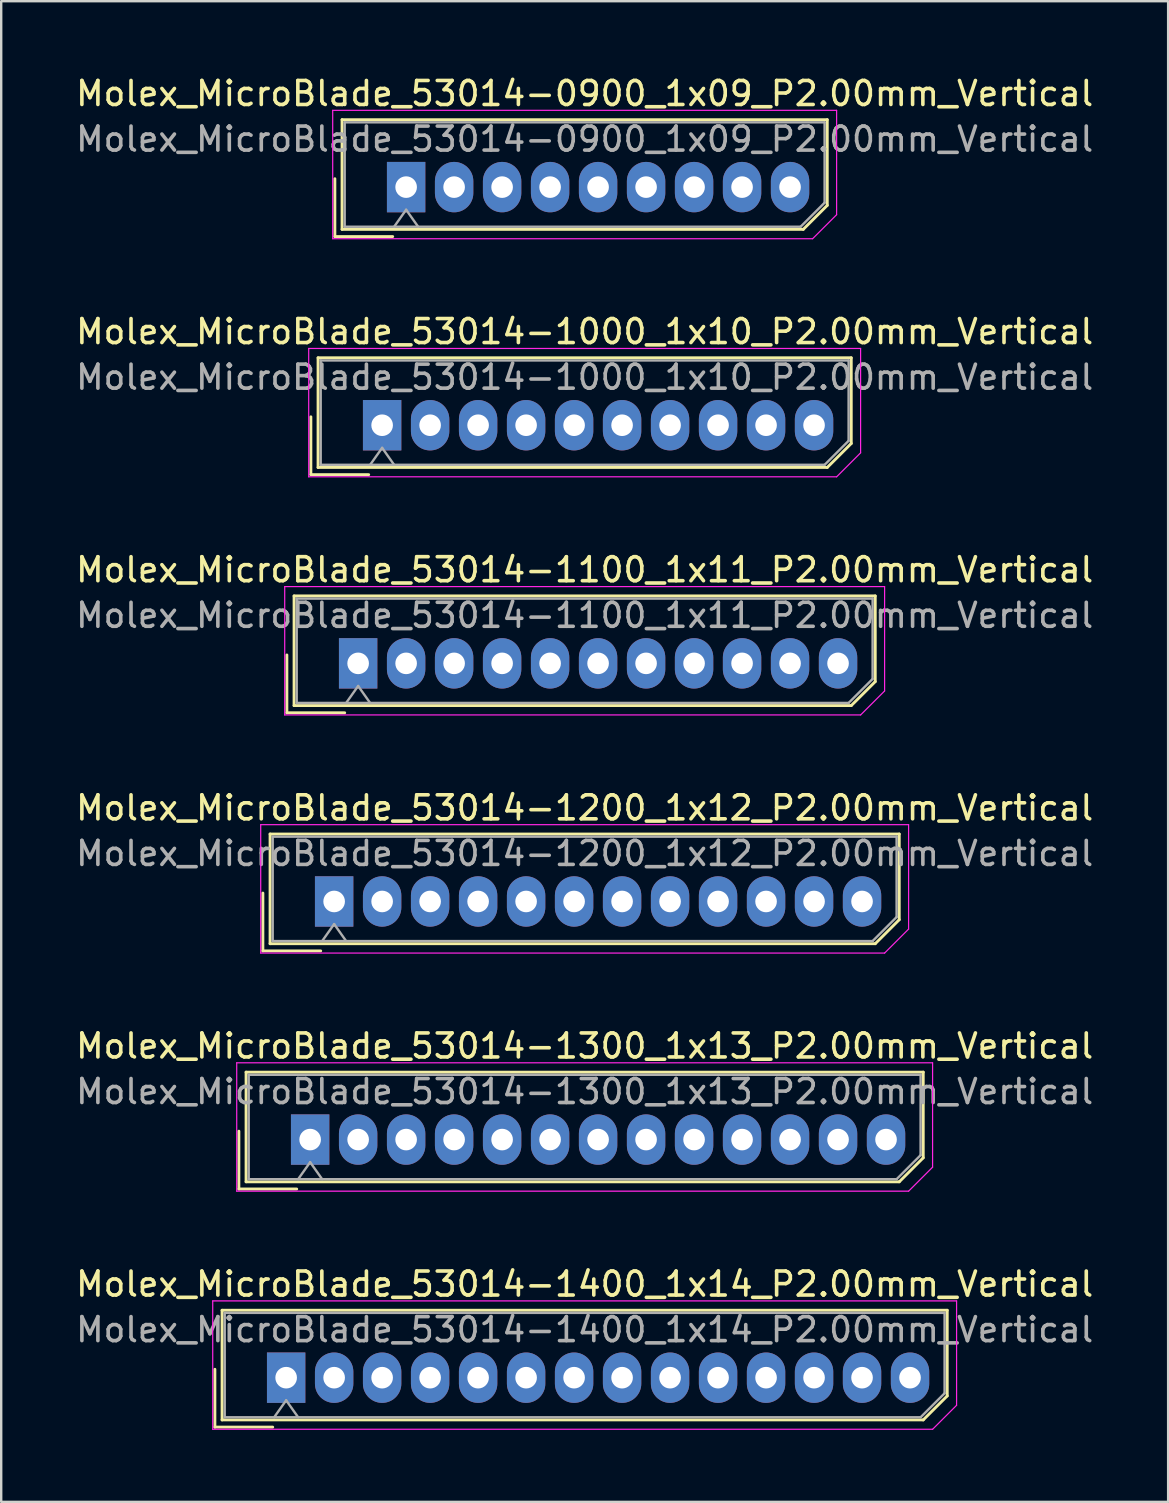
<source format=kicad_pcb>
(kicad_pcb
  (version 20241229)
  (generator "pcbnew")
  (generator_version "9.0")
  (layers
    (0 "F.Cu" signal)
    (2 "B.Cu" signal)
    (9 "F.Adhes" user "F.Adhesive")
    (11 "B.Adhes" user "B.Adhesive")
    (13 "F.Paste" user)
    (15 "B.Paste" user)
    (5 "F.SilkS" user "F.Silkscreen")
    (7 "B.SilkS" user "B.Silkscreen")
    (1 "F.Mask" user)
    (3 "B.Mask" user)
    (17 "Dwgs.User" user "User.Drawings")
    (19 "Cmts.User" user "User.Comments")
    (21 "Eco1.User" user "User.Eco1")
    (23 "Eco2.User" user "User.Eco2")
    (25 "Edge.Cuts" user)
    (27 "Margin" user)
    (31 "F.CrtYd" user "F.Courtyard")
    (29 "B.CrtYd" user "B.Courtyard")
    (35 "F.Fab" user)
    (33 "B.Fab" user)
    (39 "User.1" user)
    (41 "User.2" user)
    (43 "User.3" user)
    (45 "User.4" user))
  (footprint "Molex_MicroBlade_53014-1300_1x13_P2.00mm_Vertical"
    (layer "F.Cu")
    (at 9.875 44.441)
    (property "Reference" "Molex_MicroBlade_53014-1300_1x13_P2.00mm_Vertical" (at 11.44 -3.9 0) (layer "F.SilkS") (effects (font (size 1 1) (thickness 0.15))))
    (attr through_hole)
    (fp_line (start -2.97 -0.35) (end -2.97 2.06) (stroke (width 0.12) (type solid)) (layer "F.SilkS"))
    (fp_line (start -2.97 2.06) (end -0.56 2.06) (stroke (width 0.12) (type solid)) (layer "F.SilkS"))
    (fp_line (start -2.67 -2.81) (end -2.67 1.76) (stroke (width 0.12) (type solid)) (layer "F.SilkS"))
    (fp_line (start -2.67 1.76) (end 24.55 1.76) (stroke (width 0.12) (type solid)) (layer "F.SilkS"))
    (fp_line (start 24.55 1.76) (end 25.55 0.76) (stroke (width 0.12) (type solid)) (layer "F.SilkS"))
    (fp_line (start 25.55 -2.81) (end -2.67 -2.81) (stroke (width 0.12) (type solid)) (layer "F.SilkS"))
    (fp_line (start 25.55 0.76) (end 25.55 -2.81) (stroke (width 0.12) (type solid)) (layer "F.SilkS"))
    (fp_line (start -3.06 -3.2) (end -3.06 2.15) (stroke (width 0.05) (type solid)) (layer "F.CrtYd"))
    (fp_line (start -3.06 2.15) (end 24.94 2.15) (stroke (width 0.05) (type solid)) (layer "F.CrtYd"))
    (fp_line (start 24.94 2.15) (end 25.94 1.15) (stroke (width 0.05) (type solid)) (layer "F.CrtYd"))
    (fp_line (start 25.94 -3.2) (end -3.06 -3.2) (stroke (width 0.05) (type solid)) (layer "F.CrtYd"))
    (fp_line (start 25.94 1.15) (end 25.94 -3.2) (stroke (width 0.05) (type solid)) (layer "F.CrtYd"))
    (fp_line (start -2.56 -2.7) (end -2.56 1.65) (stroke (width 0.1) (type solid)) (layer "F.Fab"))
    (fp_line (start -2.56 1.65) (end 24.44 1.65) (stroke (width 0.1) (type solid)) (layer "F.Fab"))
    (fp_line (start -0.5 1.65) (end 0 0.943) (stroke (width 0.1) (type solid)) (layer "F.Fab"))
    (fp_line (start 0 0.943) (end 0.5 1.65) (stroke (width 0.1) (type solid)) (layer "F.Fab"))
    (fp_line (start 24.44 1.65) (end 25.44 0.65) (stroke (width 0.1) (type solid)) (layer "F.Fab"))
    (fp_line (start 25.44 -2.7) (end -2.56 -2.7) (stroke (width 0.1) (type solid)) (layer "F.Fab"))
    (fp_line (start 25.44 0.65) (end 25.44 -2.7) (stroke (width 0.1) (type solid)) (layer "F.Fab"))
    (fp_text user "${REFERENCE}" (at 11.44 -2 0) (layer "F.Fab") (effects (font (size 1 1) (thickness 0.15))))
    (pad "1" thru_hole rect (at 0 0) (size 1.6 2.1) (drill 0.9) (layers "*.Cu" "*.Mask"))
    (pad "2" thru_hole oval (at 2 0) (size 1.6 2.1) (drill 0.9) (layers "*.Cu" "*.Mask"))
    (pad "3" thru_hole oval (at 4 0) (size 1.6 2.1) (drill 0.9) (layers "*.Cu" "*.Mask"))
    (pad "4" thru_hole oval (at 6 0) (size 1.6 2.1) (drill 0.9) (layers "*.Cu" "*.Mask"))
    (pad "5" thru_hole oval (at 8 0) (size 1.6 2.1) (drill 0.9) (layers "*.Cu" "*.Mask"))
    (pad "6" thru_hole oval (at 10 0) (size 1.6 2.1) (drill 0.9) (layers "*.Cu" "*.Mask"))
    (pad "7" thru_hole oval (at 12 0) (size 1.6 2.1) (drill 0.9) (layers "*.Cu" "*.Mask"))
    (pad "8" thru_hole oval (at 14 0) (size 1.6 2.1) (drill 0.9) (layers "*.Cu" "*.Mask"))
    (pad "9" thru_hole oval (at 16 0) (size 1.6 2.1) (drill 0.9) (layers "*.Cu" "*.Mask"))
    (pad "10" thru_hole oval (at 18 0) (size 1.6 2.1) (drill 0.9) (layers "*.Cu" "*.Mask"))
    (pad "11" thru_hole oval (at 20 0) (size 1.6 2.1) (drill 0.9) (layers "*.Cu" "*.Mask"))
    (pad "12" thru_hole oval (at 22 0) (size 1.6 2.1) (drill 0.9) (layers "*.Cu" "*.Mask"))
    (pad "13" thru_hole oval (at 24 0) (size 1.6 2.1) (drill 0.9) (layers "*.Cu" "*.Mask")))
  (footprint "Molex_MicroBlade_53014-1000_1x10_P2.00mm_Vertical"
    (layer "F.Cu")
    (at 12.875 14.671)
    (property "Reference" "Molex_MicroBlade_53014-1000_1x10_P2.00mm_Vertical" (at 8.44 -3.9 0) (layer "F.SilkS") (effects (font (size 1 1) (thickness 0.15))))
    (attr through_hole)
    (fp_line (start -2.97 -0.35) (end -2.97 2.06) (stroke (width 0.12) (type solid)) (layer "F.SilkS"))
    (fp_line (start -2.97 2.06) (end -0.56 2.06) (stroke (width 0.12) (type solid)) (layer "F.SilkS"))
    (fp_line (start -2.67 -2.81) (end -2.67 1.76) (stroke (width 0.12) (type solid)) (layer "F.SilkS"))
    (fp_line (start -2.67 1.76) (end 18.55 1.76) (stroke (width 0.12) (type solid)) (layer "F.SilkS"))
    (fp_line (start 18.55 1.76) (end 19.55 0.76) (stroke (width 0.12) (type solid)) (layer "F.SilkS"))
    (fp_line (start 19.55 -2.81) (end -2.67 -2.81) (stroke (width 0.12) (type solid)) (layer "F.SilkS"))
    (fp_line (start 19.55 0.76) (end 19.55 -2.81) (stroke (width 0.12) (type solid)) (layer "F.SilkS"))
    (fp_line (start -3.06 -3.2) (end -3.06 2.15) (stroke (width 0.05) (type solid)) (layer "F.CrtYd"))
    (fp_line (start -3.06 2.15) (end 18.94 2.15) (stroke (width 0.05) (type solid)) (layer "F.CrtYd"))
    (fp_line (start 18.94 2.15) (end 19.94 1.15) (stroke (width 0.05) (type solid)) (layer "F.CrtYd"))
    (fp_line (start 19.94 -3.2) (end -3.06 -3.2) (stroke (width 0.05) (type solid)) (layer "F.CrtYd"))
    (fp_line (start 19.94 1.15) (end 19.94 -3.2) (stroke (width 0.05) (type solid)) (layer "F.CrtYd"))
    (fp_line (start -2.56 -2.7) (end -2.56 1.65) (stroke (width 0.1) (type solid)) (layer "F.Fab"))
    (fp_line (start -2.56 1.65) (end 18.44 1.65) (stroke (width 0.1) (type solid)) (layer "F.Fab"))
    (fp_line (start -0.5 1.65) (end 0 0.943) (stroke (width 0.1) (type solid)) (layer "F.Fab"))
    (fp_line (start 0 0.943) (end 0.5 1.65) (stroke (width 0.1) (type solid)) (layer "F.Fab"))
    (fp_line (start 18.44 1.65) (end 19.44 0.65) (stroke (width 0.1) (type solid)) (layer "F.Fab"))
    (fp_line (start 19.44 -2.7) (end -2.56 -2.7) (stroke (width 0.1) (type solid)) (layer "F.Fab"))
    (fp_line (start 19.44 0.65) (end 19.44 -2.7) (stroke (width 0.1) (type solid)) (layer "F.Fab"))
    (fp_text user "${REFERENCE}" (at 8.44 -2 0) (layer "F.Fab") (effects (font (size 1 1) (thickness 0.15))))
    (pad "1" thru_hole rect (at 0 0) (size 1.6 2.1) (drill 0.9) (layers "*.Cu" "*.Mask"))
    (pad "2" thru_hole oval (at 2 0) (size 1.6 2.1) (drill 0.9) (layers "*.Cu" "*.Mask"))
    (pad "3" thru_hole oval (at 4 0) (size 1.6 2.1) (drill 0.9) (layers "*.Cu" "*.Mask"))
    (pad "4" thru_hole oval (at 6 0) (size 1.6 2.1) (drill 0.9) (layers "*.Cu" "*.Mask"))
    (pad "5" thru_hole oval (at 8 0) (size 1.6 2.1) (drill 0.9) (layers "*.Cu" "*.Mask"))
    (pad "6" thru_hole oval (at 10 0) (size 1.6 2.1) (drill 0.9) (layers "*.Cu" "*.Mask"))
    (pad "7" thru_hole oval (at 12 0) (size 1.6 2.1) (drill 0.9) (layers "*.Cu" "*.Mask"))
    (pad "8" thru_hole oval (at 14 0) (size 1.6 2.1) (drill 0.9) (layers "*.Cu" "*.Mask"))
    (pad "9" thru_hole oval (at 16 0) (size 1.6 2.1) (drill 0.9) (layers "*.Cu" "*.Mask"))
    (pad "10" thru_hole oval (at 18 0) (size 1.6 2.1) (drill 0.9) (layers "*.Cu" "*.Mask")))
  (footprint "Molex_MicroBlade_53014-1200_1x12_P2.00mm_Vertical"
    (layer "F.Cu")
    (at 10.875 34.518)
    (property "Reference" "Molex_MicroBlade_53014-1200_1x12_P2.00mm_Vertical" (at 10.44 -3.9 0) (layer "F.SilkS") (effects (font (size 1 1) (thickness 0.15))))
    (attr through_hole)
    (fp_line (start -2.97 -0.35) (end -2.97 2.06) (stroke (width 0.12) (type solid)) (layer "F.SilkS"))
    (fp_line (start -2.97 2.06) (end -0.56 2.06) (stroke (width 0.12) (type solid)) (layer "F.SilkS"))
    (fp_line (start -2.67 -2.81) (end -2.67 1.76) (stroke (width 0.12) (type solid)) (layer "F.SilkS"))
    (fp_line (start -2.67 1.76) (end 22.55 1.76) (stroke (width 0.12) (type solid)) (layer "F.SilkS"))
    (fp_line (start 22.55 1.76) (end 23.55 0.76) (stroke (width 0.12) (type solid)) (layer "F.SilkS"))
    (fp_line (start 23.55 -2.81) (end -2.67 -2.81) (stroke (width 0.12) (type solid)) (layer "F.SilkS"))
    (fp_line (start 23.55 0.76) (end 23.55 -2.81) (stroke (width 0.12) (type solid)) (layer "F.SilkS"))
    (fp_line (start -3.06 -3.2) (end -3.06 2.15) (stroke (width 0.05) (type solid)) (layer "F.CrtYd"))
    (fp_line (start -3.06 2.15) (end 22.94 2.15) (stroke (width 0.05) (type solid)) (layer "F.CrtYd"))
    (fp_line (start 22.94 2.15) (end 23.94 1.15) (stroke (width 0.05) (type solid)) (layer "F.CrtYd"))
    (fp_line (start 23.94 -3.2) (end -3.06 -3.2) (stroke (width 0.05) (type solid)) (layer "F.CrtYd"))
    (fp_line (start 23.94 1.15) (end 23.94 -3.2) (stroke (width 0.05) (type solid)) (layer "F.CrtYd"))
    (fp_line (start -2.56 -2.7) (end -2.56 1.65) (stroke (width 0.1) (type solid)) (layer "F.Fab"))
    (fp_line (start -2.56 1.65) (end 22.44 1.65) (stroke (width 0.1) (type solid)) (layer "F.Fab"))
    (fp_line (start -0.5 1.65) (end 0 0.943) (stroke (width 0.1) (type solid)) (layer "F.Fab"))
    (fp_line (start 0 0.943) (end 0.5 1.65) (stroke (width 0.1) (type solid)) (layer "F.Fab"))
    (fp_line (start 22.44 1.65) (end 23.44 0.65) (stroke (width 0.1) (type solid)) (layer "F.Fab"))
    (fp_line (start 23.44 -2.7) (end -2.56 -2.7) (stroke (width 0.1) (type solid)) (layer "F.Fab"))
    (fp_line (start 23.44 0.65) (end 23.44 -2.7) (stroke (width 0.1) (type solid)) (layer "F.Fab"))
    (fp_text user "${REFERENCE}" (at 10.44 -2 0) (layer "F.Fab") (effects (font (size 1 1) (thickness 0.15))))
    (pad "1" thru_hole rect (at 0 0) (size 1.6 2.1) (drill 0.9) (layers "*.Cu" "*.Mask"))
    (pad "2" thru_hole oval (at 2 0) (size 1.6 2.1) (drill 0.9) (layers "*.Cu" "*.Mask"))
    (pad "3" thru_hole oval (at 4 0) (size 1.6 2.1) (drill 0.9) (layers "*.Cu" "*.Mask"))
    (pad "4" thru_hole oval (at 6 0) (size 1.6 2.1) (drill 0.9) (layers "*.Cu" "*.Mask"))
    (pad "5" thru_hole oval (at 8 0) (size 1.6 2.1) (drill 0.9) (layers "*.Cu" "*.Mask"))
    (pad "6" thru_hole oval (at 10 0) (size 1.6 2.1) (drill 0.9) (layers "*.Cu" "*.Mask"))
    (pad "7" thru_hole oval (at 12 0) (size 1.6 2.1) (drill 0.9) (layers "*.Cu" "*.Mask"))
    (pad "8" thru_hole oval (at 14 0) (size 1.6 2.1) (drill 0.9) (layers "*.Cu" "*.Mask"))
    (pad "9" thru_hole oval (at 16 0) (size 1.6 2.1) (drill 0.9) (layers "*.Cu" "*.Mask"))
    (pad "10" thru_hole oval (at 18 0) (size 1.6 2.1) (drill 0.9) (layers "*.Cu" "*.Mask"))
    (pad "11" thru_hole oval (at 20 0) (size 1.6 2.1) (drill 0.9) (layers "*.Cu" "*.Mask"))
    (pad "12" thru_hole oval (at 22 0) (size 1.6 2.1) (drill 0.9) (layers "*.Cu" "*.Mask")))
  (footprint "Molex_MicroBlade_53014-0900_1x09_P2.00mm_Vertical"
    (layer "F.Cu")
    (at 13.875 4.748)
    (property "Reference" "Molex_MicroBlade_53014-0900_1x09_P2.00mm_Vertical" (at 7.44 -3.9 0) (layer "F.SilkS") (effects (font (size 1 1) (thickness 0.15))))
    (attr through_hole)
    (fp_line (start -2.97 -0.35) (end -2.97 2.06) (stroke (width 0.12) (type solid)) (layer "F.SilkS"))
    (fp_line (start -2.97 2.06) (end -0.56 2.06) (stroke (width 0.12) (type solid)) (layer "F.SilkS"))
    (fp_line (start -2.67 -2.81) (end -2.67 1.76) (stroke (width 0.12) (type solid)) (layer "F.SilkS"))
    (fp_line (start -2.67 1.76) (end 16.55 1.76) (stroke (width 0.12) (type solid)) (layer "F.SilkS"))
    (fp_line (start 16.55 1.76) (end 17.55 0.76) (stroke (width 0.12) (type solid)) (layer "F.SilkS"))
    (fp_line (start 17.55 -2.81) (end -2.67 -2.81) (stroke (width 0.12) (type solid)) (layer "F.SilkS"))
    (fp_line (start 17.55 0.76) (end 17.55 -2.81) (stroke (width 0.12) (type solid)) (layer "F.SilkS"))
    (fp_line (start -3.06 -3.2) (end -3.06 2.15) (stroke (width 0.05) (type solid)) (layer "F.CrtYd"))
    (fp_line (start -3.06 2.15) (end 16.94 2.15) (stroke (width 0.05) (type solid)) (layer "F.CrtYd"))
    (fp_line (start 16.94 2.15) (end 17.94 1.15) (stroke (width 0.05) (type solid)) (layer "F.CrtYd"))
    (fp_line (start 17.94 -3.2) (end -3.06 -3.2) (stroke (width 0.05) (type solid)) (layer "F.CrtYd"))
    (fp_line (start 17.94 1.15) (end 17.94 -3.2) (stroke (width 0.05) (type solid)) (layer "F.CrtYd"))
    (fp_line (start -2.56 -2.7) (end -2.56 1.65) (stroke (width 0.1) (type solid)) (layer "F.Fab"))
    (fp_line (start -2.56 1.65) (end 16.44 1.65) (stroke (width 0.1) (type solid)) (layer "F.Fab"))
    (fp_line (start -0.5 1.65) (end 0 0.943) (stroke (width 0.1) (type solid)) (layer "F.Fab"))
    (fp_line (start 0 0.943) (end 0.5 1.65) (stroke (width 0.1) (type solid)) (layer "F.Fab"))
    (fp_line (start 16.44 1.65) (end 17.44 0.65) (stroke (width 0.1) (type solid)) (layer "F.Fab"))
    (fp_line (start 17.44 -2.7) (end -2.56 -2.7) (stroke (width 0.1) (type solid)) (layer "F.Fab"))
    (fp_line (start 17.44 0.65) (end 17.44 -2.7) (stroke (width 0.1) (type solid)) (layer "F.Fab"))
    (fp_text user "${REFERENCE}" (at 7.44 -2 0) (layer "F.Fab") (effects (font (size 1 1) (thickness 0.15))))
    (pad "1" thru_hole rect (at 0 0) (size 1.6 2.1) (drill 0.9) (layers "*.Cu" "*.Mask"))
    (pad "2" thru_hole oval (at 2 0) (size 1.6 2.1) (drill 0.9) (layers "*.Cu" "*.Mask"))
    (pad "3" thru_hole oval (at 4 0) (size 1.6 2.1) (drill 0.9) (layers "*.Cu" "*.Mask"))
    (pad "4" thru_hole oval (at 6 0) (size 1.6 2.1) (drill 0.9) (layers "*.Cu" "*.Mask"))
    (pad "5" thru_hole oval (at 8 0) (size 1.6 2.1) (drill 0.9) (layers "*.Cu" "*.Mask"))
    (pad "6" thru_hole oval (at 10 0) (size 1.6 2.1) (drill 0.9) (layers "*.Cu" "*.Mask"))
    (pad "7" thru_hole oval (at 12 0) (size 1.6 2.1) (drill 0.9) (layers "*.Cu" "*.Mask"))
    (pad "8" thru_hole oval (at 14 0) (size 1.6 2.1) (drill 0.9) (layers "*.Cu" "*.Mask"))
    (pad "9" thru_hole oval (at 16 0) (size 1.6 2.1) (drill 0.9) (layers "*.Cu" "*.Mask")))
  (footprint "Molex_MicroBlade_53014-1400_1x14_P2.00mm_Vertical"
    (layer "F.Cu")
    (at 8.875 54.364)
    (property "Reference" "Molex_MicroBlade_53014-1400_1x14_P2.00mm_Vertical" (at 12.44 -3.9 0) (layer "F.SilkS") (effects (font (size 1 1) (thickness 0.15))))
    (attr through_hole)
    (fp_line (start -2.97 -0.35) (end -2.97 2.06) (stroke (width 0.12) (type solid)) (layer "F.SilkS"))
    (fp_line (start -2.97 2.06) (end -0.56 2.06) (stroke (width 0.12) (type solid)) (layer "F.SilkS"))
    (fp_line (start -2.67 -2.81) (end -2.67 1.76) (stroke (width 0.12) (type solid)) (layer "F.SilkS"))
    (fp_line (start -2.67 1.76) (end 26.55 1.76) (stroke (width 0.12) (type solid)) (layer "F.SilkS"))
    (fp_line (start 26.55 1.76) (end 27.55 0.76) (stroke (width 0.12) (type solid)) (layer "F.SilkS"))
    (fp_line (start 27.55 -2.81) (end -2.67 -2.81) (stroke (width 0.12) (type solid)) (layer "F.SilkS"))
    (fp_line (start 27.55 0.76) (end 27.55 -2.81) (stroke (width 0.12) (type solid)) (layer "F.SilkS"))
    (fp_line (start -3.06 -3.2) (end -3.06 2.15) (stroke (width 0.05) (type solid)) (layer "F.CrtYd"))
    (fp_line (start -3.06 2.15) (end 26.94 2.15) (stroke (width 0.05) (type solid)) (layer "F.CrtYd"))
    (fp_line (start 26.94 2.15) (end 27.94 1.15) (stroke (width 0.05) (type solid)) (layer "F.CrtYd"))
    (fp_line (start 27.94 -3.2) (end -3.06 -3.2) (stroke (width 0.05) (type solid)) (layer "F.CrtYd"))
    (fp_line (start 27.94 1.15) (end 27.94 -3.2) (stroke (width 0.05) (type solid)) (layer "F.CrtYd"))
    (fp_line (start -2.56 -2.7) (end -2.56 1.65) (stroke (width 0.1) (type solid)) (layer "F.Fab"))
    (fp_line (start -2.56 1.65) (end 26.44 1.65) (stroke (width 0.1) (type solid)) (layer "F.Fab"))
    (fp_line (start -0.5 1.65) (end 0 0.943) (stroke (width 0.1) (type solid)) (layer "F.Fab"))
    (fp_line (start 0 0.943) (end 0.5 1.65) (stroke (width 0.1) (type solid)) (layer "F.Fab"))
    (fp_line (start 26.44 1.65) (end 27.44 0.65) (stroke (width 0.1) (type solid)) (layer "F.Fab"))
    (fp_line (start 27.44 -2.7) (end -2.56 -2.7) (stroke (width 0.1) (type solid)) (layer "F.Fab"))
    (fp_line (start 27.44 0.65) (end 27.44 -2.7) (stroke (width 0.1) (type solid)) (layer "F.Fab"))
    (fp_text user "${REFERENCE}" (at 12.44 -2 0) (layer "F.Fab") (effects (font (size 1 1) (thickness 0.15))))
    (pad "1" thru_hole rect (at 0 0) (size 1.6 2.1) (drill 0.9) (layers "*.Cu" "*.Mask"))
    (pad "2" thru_hole oval (at 2 0) (size 1.6 2.1) (drill 0.9) (layers "*.Cu" "*.Mask"))
    (pad "3" thru_hole oval (at 4 0) (size 1.6 2.1) (drill 0.9) (layers "*.Cu" "*.Mask"))
    (pad "4" thru_hole oval (at 6 0) (size 1.6 2.1) (drill 0.9) (layers "*.Cu" "*.Mask"))
    (pad "5" thru_hole oval (at 8 0) (size 1.6 2.1) (drill 0.9) (layers "*.Cu" "*.Mask"))
    (pad "6" thru_hole oval (at 10 0) (size 1.6 2.1) (drill 0.9) (layers "*.Cu" "*.Mask"))
    (pad "7" thru_hole oval (at 12 0) (size 1.6 2.1) (drill 0.9) (layers "*.Cu" "*.Mask"))
    (pad "8" thru_hole oval (at 14 0) (size 1.6 2.1) (drill 0.9) (layers "*.Cu" "*.Mask"))
    (pad "9" thru_hole oval (at 16 0) (size 1.6 2.1) (drill 0.9) (layers "*.Cu" "*.Mask"))
    (pad "10" thru_hole oval (at 18 0) (size 1.6 2.1) (drill 0.9) (layers "*.Cu" "*.Mask"))
    (pad "11" thru_hole oval (at 20 0) (size 1.6 2.1) (drill 0.9) (layers "*.Cu" "*.Mask"))
    (pad "12" thru_hole oval (at 22 0) (size 1.6 2.1) (drill 0.9) (layers "*.Cu" "*.Mask"))
    (pad "13" thru_hole oval (at 24 0) (size 1.6 2.1) (drill 0.9) (layers "*.Cu" "*.Mask"))
    (pad "14" thru_hole oval (at 26 0) (size 1.6 2.1) (drill 0.9) (layers "*.Cu" "*.Mask")))
  (footprint "Molex_MicroBlade_53014-1100_1x11_P2.00mm_Vertical"
    (layer "F.Cu")
    (at 11.875 24.595)
    (property "Reference" "Molex_MicroBlade_53014-1100_1x11_P2.00mm_Vertical" (at 9.44 -3.9 0) (layer "F.SilkS") (effects (font (size 1 1) (thickness 0.15))))
    (attr through_hole)
    (fp_line (start -2.97 -0.35) (end -2.97 2.06) (stroke (width 0.12) (type solid)) (layer "F.SilkS"))
    (fp_line (start -2.97 2.06) (end -0.56 2.06) (stroke (width 0.12) (type solid)) (layer "F.SilkS"))
    (fp_line (start -2.67 -2.81) (end -2.67 1.76) (stroke (width 0.12) (type solid)) (layer "F.SilkS"))
    (fp_line (start -2.67 1.76) (end 20.55 1.76) (stroke (width 0.12) (type solid)) (layer "F.SilkS"))
    (fp_line (start 20.55 1.76) (end 21.55 0.76) (stroke (width 0.12) (type solid)) (layer "F.SilkS"))
    (fp_line (start 21.55 -2.81) (end -2.67 -2.81) (stroke (width 0.12) (type solid)) (layer "F.SilkS"))
    (fp_line (start 21.55 0.76) (end 21.55 -2.81) (stroke (width 0.12) (type solid)) (layer "F.SilkS"))
    (fp_line (start -3.06 -3.2) (end -3.06 2.15) (stroke (width 0.05) (type solid)) (layer "F.CrtYd"))
    (fp_line (start -3.06 2.15) (end 20.94 2.15) (stroke (width 0.05) (type solid)) (layer "F.CrtYd"))
    (fp_line (start 20.94 2.15) (end 21.94 1.15) (stroke (width 0.05) (type solid)) (layer "F.CrtYd"))
    (fp_line (start 21.94 -3.2) (end -3.06 -3.2) (stroke (width 0.05) (type solid)) (layer "F.CrtYd"))
    (fp_line (start 21.94 1.15) (end 21.94 -3.2) (stroke (width 0.05) (type solid)) (layer "F.CrtYd"))
    (fp_line (start -2.56 -2.7) (end -2.56 1.65) (stroke (width 0.1) (type solid)) (layer "F.Fab"))
    (fp_line (start -2.56 1.65) (end 20.44 1.65) (stroke (width 0.1) (type solid)) (layer "F.Fab"))
    (fp_line (start -0.5 1.65) (end 0 0.943) (stroke (width 0.1) (type solid)) (layer "F.Fab"))
    (fp_line (start 0 0.943) (end 0.5 1.65) (stroke (width 0.1) (type solid)) (layer "F.Fab"))
    (fp_line (start 20.44 1.65) (end 21.44 0.65) (stroke (width 0.1) (type solid)) (layer "F.Fab"))
    (fp_line (start 21.44 -2.7) (end -2.56 -2.7) (stroke (width 0.1) (type solid)) (layer "F.Fab"))
    (fp_line (start 21.44 0.65) (end 21.44 -2.7) (stroke (width 0.1) (type solid)) (layer "F.Fab"))
    (fp_text user "${REFERENCE}" (at 9.44 -2 0) (layer "F.Fab") (effects (font (size 1 1) (thickness 0.15))))
    (pad "1" thru_hole rect (at 0 0) (size 1.6 2.1) (drill 0.9) (layers "*.Cu" "*.Mask"))
    (pad "2" thru_hole oval (at 2 0) (size 1.6 2.1) (drill 0.9) (layers "*.Cu" "*.Mask"))
    (pad "3" thru_hole oval (at 4 0) (size 1.6 2.1) (drill 0.9) (layers "*.Cu" "*.Mask"))
    (pad "4" thru_hole oval (at 6 0) (size 1.6 2.1) (drill 0.9) (layers "*.Cu" "*.Mask"))
    (pad "5" thru_hole oval (at 8 0) (size 1.6 2.1) (drill 0.9) (layers "*.Cu" "*.Mask"))
    (pad "6" thru_hole oval (at 10 0) (size 1.6 2.1) (drill 0.9) (layers "*.Cu" "*.Mask"))
    (pad "7" thru_hole oval (at 12 0) (size 1.6 2.1) (drill 0.9) (layers "*.Cu" "*.Mask"))
    (pad "8" thru_hole oval (at 14 0) (size 1.6 2.1) (drill 0.9) (layers "*.Cu" "*.Mask"))
    (pad "9" thru_hole oval (at 16 0) (size 1.6 2.1) (drill 0.9) (layers "*.Cu" "*.Mask"))
    (pad "10" thru_hole oval (at 18 0) (size 1.6 2.1) (drill 0.9) (layers "*.Cu" "*.Mask"))
    (pad "11" thru_hole oval (at 20 0) (size 1.6 2.1) (drill 0.9) (layers "*.Cu" "*.Mask")))
  (gr_rect
    (start -3 -3)
    (end 45.631 59.539)
    (stroke (width 0.1) (type default))
    (fill no)
    (layer "Edge.Cuts")))
</source>
